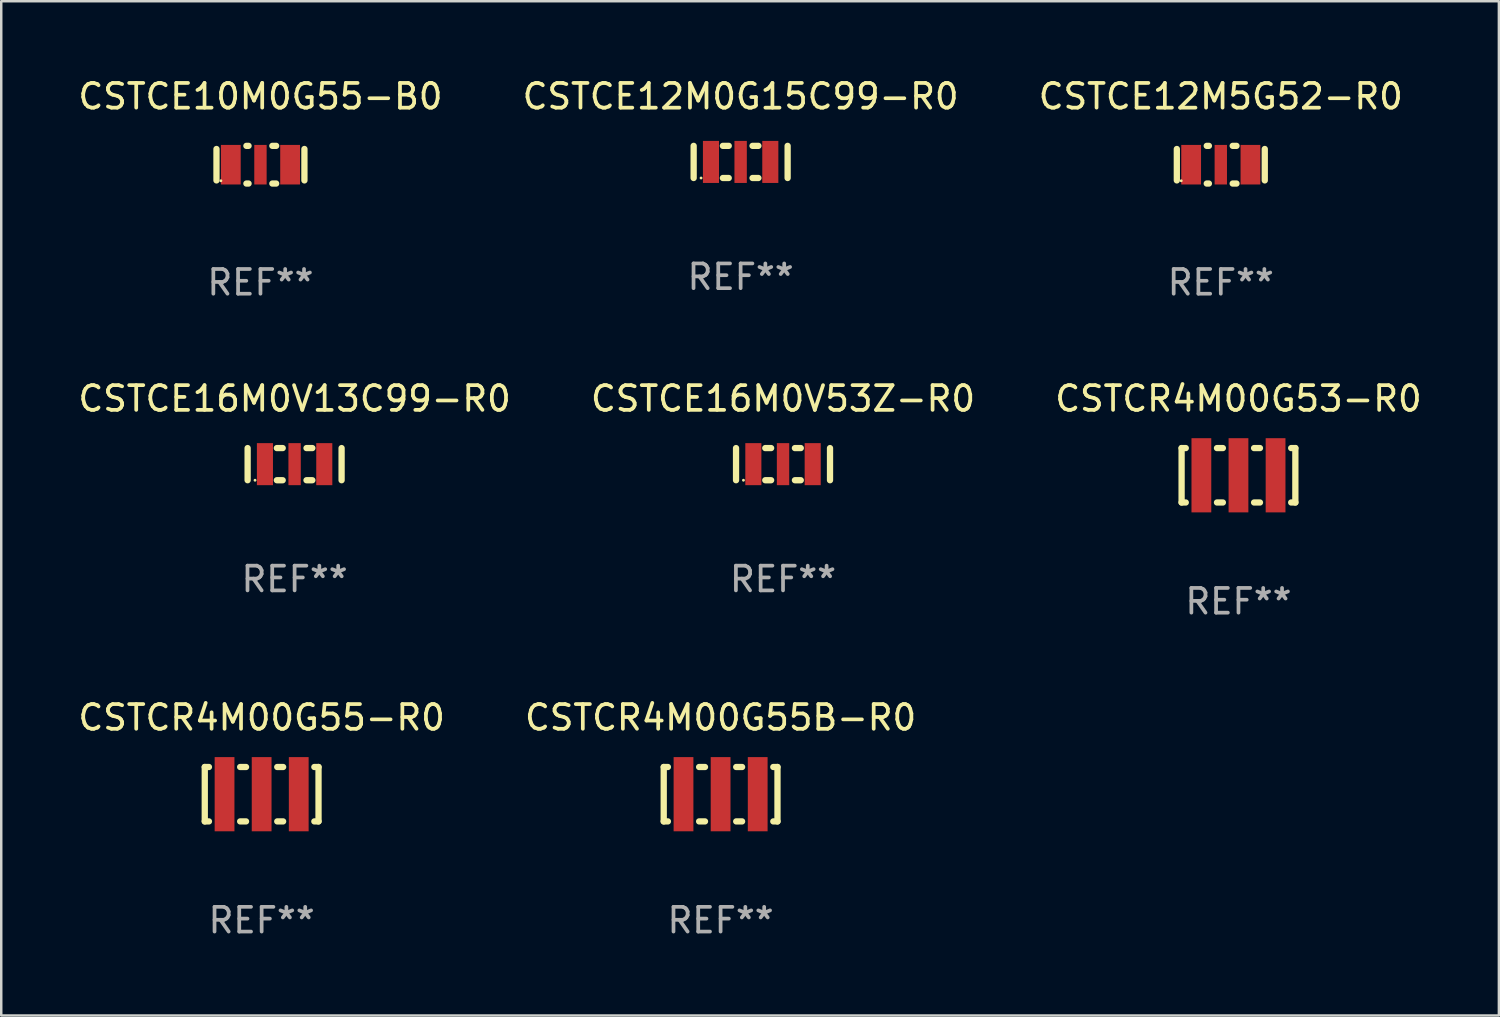
<source format=kicad_pcb>
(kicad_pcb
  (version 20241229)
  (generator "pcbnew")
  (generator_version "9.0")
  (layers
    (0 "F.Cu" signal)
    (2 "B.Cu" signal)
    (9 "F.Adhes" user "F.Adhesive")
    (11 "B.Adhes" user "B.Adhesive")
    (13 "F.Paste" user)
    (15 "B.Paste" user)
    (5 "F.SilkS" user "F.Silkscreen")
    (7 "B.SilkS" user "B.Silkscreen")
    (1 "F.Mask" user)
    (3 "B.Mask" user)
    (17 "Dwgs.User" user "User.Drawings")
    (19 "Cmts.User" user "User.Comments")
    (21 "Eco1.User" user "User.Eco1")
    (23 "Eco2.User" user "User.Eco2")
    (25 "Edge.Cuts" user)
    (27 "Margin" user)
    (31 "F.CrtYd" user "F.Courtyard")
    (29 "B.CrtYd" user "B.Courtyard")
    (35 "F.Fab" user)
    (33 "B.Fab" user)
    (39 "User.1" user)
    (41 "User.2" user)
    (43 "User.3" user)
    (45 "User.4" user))
  (footprint "CSTCE16M0V13C99-R0"
    (layer "F.Cu")
    (at 8.863 15.719)
    (property "Reference" "CSTCE16M0V13C99-R0" (at 0 -2.65 0) (layer "F.SilkS") (effects (font (size 1 1) (thickness 0.15))))
    (attr through_hole)
    (fp_line (start -1.9 -0.65) (end -1.9 0.65) (stroke (width 0.254) (type solid)) (layer "F.SilkS"))
    (fp_line (start -0.718 -0.65) (end -0.481 -0.65) (stroke (width 0.254) (type solid)) (layer "F.SilkS"))
    (fp_line (start -0.718 0.65) (end -0.481 0.65) (stroke (width 0.254) (type solid)) (layer "F.SilkS"))
    (fp_line (start 0.481 -0.65) (end 0.718 -0.65) (stroke (width 0.254) (type solid)) (layer "F.SilkS"))
    (fp_line (start 0.481 0.65) (end 0.718 0.65) (stroke (width 0.254) (type solid)) (layer "F.SilkS"))
    (fp_line (start 1.9 0.65) (end 1.9 -0.65) (stroke (width 0.254) (type solid)) (layer "F.SilkS"))
    (fp_circle (center -1.6 0.65) (end -1.57 0.65) (stroke (width 0.06) (type solid)) (fill no) (layer "F.SilkS"))
    (fp_text user "REF**" (at 0 4.65 0) (layer "F.Fab") (effects (font (size 1 1) (thickness 0.15))))
    (pad "1" smd rect (at -1.2 0) (size 0.65 1.7) (layers "F.Cu" "F.Mask" "F.Paste"))
    (pad "2" smd rect (at 0 0) (size 0.5 1.7) (layers "F.Cu" "F.Mask" "F.Paste"))
    (pad "3" smd rect (at 1.2 0) (size 0.65 1.7) (layers "F.Cu" "F.Mask" "F.Paste")))
  (footprint "CSTCE16M0V53Z-R0"
    (layer "F.Cu")
    (at 28.613 15.719)
    (property "Reference" "CSTCE16M0V53Z-R0" (at 0 -2.65 0) (layer "F.SilkS") (effects (font (size 1 1) (thickness 0.15))))
    (attr through_hole)
    (fp_line (start -1.9 -0.65) (end -1.9 0.65) (stroke (width 0.254) (type solid)) (layer "F.SilkS"))
    (fp_line (start -0.718 -0.65) (end -0.481 -0.65) (stroke (width 0.254) (type solid)) (layer "F.SilkS"))
    (fp_line (start -0.718 0.65) (end -0.481 0.65) (stroke (width 0.254) (type solid)) (layer "F.SilkS"))
    (fp_line (start 0.481 -0.65) (end 0.718 -0.65) (stroke (width 0.254) (type solid)) (layer "F.SilkS"))
    (fp_line (start 0.481 0.65) (end 0.718 0.65) (stroke (width 0.254) (type solid)) (layer "F.SilkS"))
    (fp_line (start 1.9 0.65) (end 1.9 -0.65) (stroke (width 0.254) (type solid)) (layer "F.SilkS"))
    (fp_circle (center -1.6 0.65) (end -1.57 0.65) (stroke (width 0.06) (type solid)) (fill no) (layer "F.SilkS"))
    (fp_text user "REF**" (at 0 4.65 0) (layer "F.Fab") (effects (font (size 1 1) (thickness 0.15))))
    (pad "1" smd rect (at -1.2 0) (size 0.65 1.7) (layers "F.Cu" "F.Mask" "F.Paste"))
    (pad "2" smd rect (at 0 0) (size 0.5 1.7) (layers "F.Cu" "F.Mask" "F.Paste"))
    (pad "3" smd rect (at 1.2 0) (size 0.65 1.7) (layers "F.Cu" "F.Mask" "F.Paste")))
  (footprint "CSTCR4M00G55-R0"
    (layer "F.Cu")
    (at 7.53 29.065)
    (property "Reference" "CSTCR4M00G55-R0" (at 0 -3.1 0) (layer "F.SilkS") (effects (font (size 1 1) (thickness 0.15))))
    (attr through_hole)
    (fp_line (start -2.3 -1.1) (end -2.3 1.1) (stroke (width 0.254) (type solid)) (layer "F.SilkS"))
    (fp_line (start -2.3 -1.1) (end -2.131 -1.1) (stroke (width 0.254) (type solid)) (layer "F.SilkS"))
    (fp_line (start -2.3 1.1) (end -2.131 1.1) (stroke (width 0.254) (type solid)) (layer "F.SilkS"))
    (fp_line (start -0.869 -1.1) (end -0.631 -1.1) (stroke (width 0.254) (type solid)) (layer "F.SilkS"))
    (fp_line (start -0.869 1.1) (end -0.631 1.1) (stroke (width 0.254) (type solid)) (layer "F.SilkS"))
    (fp_line (start 0.631 -1.1) (end 0.869 -1.1) (stroke (width 0.254) (type solid)) (layer "F.SilkS"))
    (fp_line (start 0.631 1.1) (end 0.869 1.1) (stroke (width 0.254) (type solid)) (layer "F.SilkS"))
    (fp_line (start 2.131 -1.1) (end 2.3 -1.1) (stroke (width 0.254) (type solid)) (layer "F.SilkS"))
    (fp_line (start 2.131 1.1) (end 2.3 1.1) (stroke (width 0.254) (type solid)) (layer "F.SilkS"))
    (fp_line (start 2.3 -1.1) (end 2.3 1.1) (stroke (width 0.254) (type solid)) (layer "F.SilkS"))
    (fp_circle (center -2.25 1) (end -2.22 1) (stroke (width 0.06) (type solid)) (fill no) (layer "F.SilkS"))
    (fp_text user "REF**" (at 0 5.1 0) (layer "F.Fab") (effects (font (size 1 1) (thickness 0.15))))
    (pad "1" smd rect (at -1.5 0.000013 90) (size 3 0.8) (layers "F.Cu" "F.Mask" "F.Paste"))
    (pad "2" smd rect (at -0.000013 0.000013 90) (size 3 0.8) (layers "F.Cu" "F.Mask" "F.Paste"))
    (pad "3" smd rect (at 1.5 0.000013 90) (size 3 0.8) (layers "F.Cu" "F.Mask" "F.Paste")))
  (footprint "CSTCR4M00G53-R0"
    (layer "F.Cu")
    (at 47.03 16.169)
    (property "Reference" "CSTCR4M00G53-R0" (at 0 -3.1 0) (layer "F.SilkS") (effects (font (size 1 1) (thickness 0.15))))
    (attr through_hole)
    (fp_line (start -2.3 -1.1) (end -2.3 1.1) (stroke (width 0.254) (type solid)) (layer "F.SilkS"))
    (fp_line (start -2.3 -1.1) (end -2.131 -1.1) (stroke (width 0.254) (type solid)) (layer "F.SilkS"))
    (fp_line (start -2.3 1.1) (end -2.131 1.1) (stroke (width 0.254) (type solid)) (layer "F.SilkS"))
    (fp_line (start -0.869 -1.1) (end -0.631 -1.1) (stroke (width 0.254) (type solid)) (layer "F.SilkS"))
    (fp_line (start -0.869 1.1) (end -0.631 1.1) (stroke (width 0.254) (type solid)) (layer "F.SilkS"))
    (fp_line (start 0.631 -1.1) (end 0.869 -1.1) (stroke (width 0.254) (type solid)) (layer "F.SilkS"))
    (fp_line (start 0.631 1.1) (end 0.869 1.1) (stroke (width 0.254) (type solid)) (layer "F.SilkS"))
    (fp_line (start 2.131 -1.1) (end 2.3 -1.1) (stroke (width 0.254) (type solid)) (layer "F.SilkS"))
    (fp_line (start 2.131 1.1) (end 2.3 1.1) (stroke (width 0.254) (type solid)) (layer "F.SilkS"))
    (fp_line (start 2.3 -1.1) (end 2.3 1.1) (stroke (width 0.254) (type solid)) (layer "F.SilkS"))
    (fp_circle (center -2.25 1) (end -2.22 1) (stroke (width 0.06) (type solid)) (fill no) (layer "F.SilkS"))
    (fp_text user "REF**" (at 0 5.1 0) (layer "F.Fab") (effects (font (size 1 1) (thickness 0.15))))
    (pad "1" smd rect (at -1.5 0.000013 90) (size 3 0.8) (layers "F.Cu" "F.Mask" "F.Paste"))
    (pad "2" smd rect (at -0.000013 0.000013 90) (size 3 0.8) (layers "F.Cu" "F.Mask" "F.Paste"))
    (pad "3" smd rect (at 1.5 0.000013 90) (size 3 0.8) (layers "F.Cu" "F.Mask" "F.Paste")))
  (footprint "CSTCR4M00G55B-R0"
    (layer "F.Cu")
    (at 26.089 29.065)
    (property "Reference" "CSTCR4M00G55B-R0" (at 0 -3.1 0) (layer "F.SilkS") (effects (font (size 1 1) (thickness 0.15))))
    (attr through_hole)
    (fp_line (start -2.3 -1.1) (end -2.3 1.1) (stroke (width 0.254) (type solid)) (layer "F.SilkS"))
    (fp_line (start -2.3 -1.1) (end -2.131 -1.1) (stroke (width 0.254) (type solid)) (layer "F.SilkS"))
    (fp_line (start -2.3 1.1) (end -2.131 1.1) (stroke (width 0.254) (type solid)) (layer "F.SilkS"))
    (fp_line (start -0.869 -1.1) (end -0.631 -1.1) (stroke (width 0.254) (type solid)) (layer "F.SilkS"))
    (fp_line (start -0.869 1.1) (end -0.631 1.1) (stroke (width 0.254) (type solid)) (layer "F.SilkS"))
    (fp_line (start 0.631 -1.1) (end 0.869 -1.1) (stroke (width 0.254) (type solid)) (layer "F.SilkS"))
    (fp_line (start 0.631 1.1) (end 0.869 1.1) (stroke (width 0.254) (type solid)) (layer "F.SilkS"))
    (fp_line (start 2.131 -1.1) (end 2.3 -1.1) (stroke (width 0.254) (type solid)) (layer "F.SilkS"))
    (fp_line (start 2.131 1.1) (end 2.3 1.1) (stroke (width 0.254) (type solid)) (layer "F.SilkS"))
    (fp_line (start 2.3 -1.1) (end 2.3 1.1) (stroke (width 0.254) (type solid)) (layer "F.SilkS"))
    (fp_circle (center -2.25 1) (end -2.22 1) (stroke (width 0.06) (type solid)) (fill no) (layer "F.SilkS"))
    (fp_text user "REF**" (at 0 5.1 0) (layer "F.Fab") (effects (font (size 1 1) (thickness 0.15))))
    (pad "1" smd rect (at -1.5 0.000013 90) (size 3 0.8) (layers "F.Cu" "F.Mask" "F.Paste"))
    (pad "2" smd rect (at -0.000013 0.000013 90) (size 3 0.8) (layers "F.Cu" "F.Mask" "F.Paste"))
    (pad "3" smd rect (at 1.5 0.000013 90) (size 3 0.8) (layers "F.Cu" "F.Mask" "F.Paste")))
  (footprint "CSTCE12M5G52-R0"
    (layer "F.Cu")
    (at 46.315 3.61)
    (property "Reference" "CSTCE12M5G52-R0" (at 0 -2.762 0) (layer "F.SilkS") (effects (font (size 1 1) (thickness 0.15))))
    (attr through_hole)
    (fp_line (start -1.778 0.635) (end -1.778 -0.635) (stroke (width 0.254) (type solid)) (layer "F.SilkS"))
    (fp_line (start -0.568 -0.762) (end -0.481 -0.762) (stroke (width 0.254) (type solid)) (layer "F.SilkS"))
    (fp_line (start -0.568 0.762) (end -0.481 0.762) (stroke (width 0.254) (type solid)) (layer "F.SilkS"))
    (fp_line (start 0.481 -0.762) (end 0.635 -0.762) (stroke (width 0.254) (type solid)) (layer "F.SilkS"))
    (fp_line (start 0.481 0.762) (end 0.635 0.762) (stroke (width 0.254) (type solid)) (layer "F.SilkS"))
    (fp_line (start 1.778 -0.635) (end 1.778 0.635) (stroke (width 0.254) (type solid)) (layer "F.SilkS"))
    (fp_circle (center -1.6 0.65) (end -1.57 0.65) (stroke (width 0.06) (type solid)) (fill no) (layer "F.SilkS"))
    (fp_text user "REF**" (at 0 4.762 0) (layer "F.Fab") (effects (font (size 1 1) (thickness 0.15))))
    (pad "1" smd rect (at -1.199 0 90) (size 1.6 0.8) (layers "F.Cu" "F.Mask" "F.Paste"))
    (pad "2" smd rect (at 0 0 90) (size 1.6 0.5) (layers "F.Cu" "F.Mask" "F.Paste"))
    (pad "3" smd rect (at 1.199 0 90) (size 1.6 0.8) (layers "F.Cu" "F.Mask" "F.Paste")))
  (footprint "CSTCE10M0G55-B0"
    (layer "F.Cu")
    (at 7.482 3.61)
    (property "Reference" "CSTCE10M0G55-B0" (at 0 -2.762 0) (layer "F.SilkS") (effects (font (size 1 1) (thickness 0.15))))
    (attr through_hole)
    (fp_line (start -1.778 0.635) (end -1.778 -0.635) (stroke (width 0.254) (type solid)) (layer "F.SilkS"))
    (fp_line (start -0.568 -0.762) (end -0.481 -0.762) (stroke (width 0.254) (type solid)) (layer "F.SilkS"))
    (fp_line (start -0.568 0.762) (end -0.481 0.762) (stroke (width 0.254) (type solid)) (layer "F.SilkS"))
    (fp_line (start 0.481 -0.762) (end 0.635 -0.762) (stroke (width 0.254) (type solid)) (layer "F.SilkS"))
    (fp_line (start 0.481 0.762) (end 0.635 0.762) (stroke (width 0.254) (type solid)) (layer "F.SilkS"))
    (fp_line (start 1.778 -0.635) (end 1.778 0.635) (stroke (width 0.254) (type solid)) (layer "F.SilkS"))
    (fp_circle (center -1.6 0.65) (end -1.57 0.65) (stroke (width 0.06) (type solid)) (fill no) (layer "F.SilkS"))
    (fp_text user "REF**" (at 0 4.762 0) (layer "F.Fab") (effects (font (size 1 1) (thickness 0.15))))
    (pad "1" smd rect (at -1.199 0 90) (size 1.6 0.8) (layers "F.Cu" "F.Mask" "F.Paste"))
    (pad "2" smd rect (at 0 0 90) (size 1.6 0.5) (layers "F.Cu" "F.Mask" "F.Paste"))
    (pad "3" smd rect (at 1.199 0 90) (size 1.6 0.8) (layers "F.Cu" "F.Mask" "F.Paste")))
  (footprint "CSTCE12M0G15C99-R0"
    (layer "F.Cu")
    (at 26.899 3.498)
    (property "Reference" "CSTCE12M0G15C99-R0" (at 0 -2.65 0) (layer "F.SilkS") (effects (font (size 1 1) (thickness 0.15))))
    (attr through_hole)
    (fp_line (start -1.9 -0.65) (end -1.9 0.65) (stroke (width 0.254) (type solid)) (layer "F.SilkS"))
    (fp_line (start -0.718 -0.65) (end -0.481 -0.65) (stroke (width 0.254) (type solid)) (layer "F.SilkS"))
    (fp_line (start -0.718 0.65) (end -0.481 0.65) (stroke (width 0.254) (type solid)) (layer "F.SilkS"))
    (fp_line (start 0.481 -0.65) (end 0.718 -0.65) (stroke (width 0.254) (type solid)) (layer "F.SilkS"))
    (fp_line (start 0.481 0.65) (end 0.718 0.65) (stroke (width 0.254) (type solid)) (layer "F.SilkS"))
    (fp_line (start 1.9 0.65) (end 1.9 -0.65) (stroke (width 0.254) (type solid)) (layer "F.SilkS"))
    (fp_circle (center -1.6 0.65) (end -1.57 0.65) (stroke (width 0.06) (type solid)) (fill no) (layer "F.SilkS"))
    (fp_text user "REF**" (at 0 4.65 0) (layer "F.Fab") (effects (font (size 1 1) (thickness 0.15))))
    (pad "1" smd rect (at -1.2 0) (size 0.65 1.7) (layers "F.Cu" "F.Mask" "F.Paste"))
    (pad "2" smd rect (at 0 0) (size 0.5 1.7) (layers "F.Cu" "F.Mask" "F.Paste"))
    (pad "3" smd rect (at 1.2 0) (size 0.65 1.7) (layers "F.Cu" "F.Mask" "F.Paste")))
  (gr_rect
    (start -3 -3)
    (end 57.56 38.014)
    (stroke (width 0.1) (type default))
    (fill no)
    (layer "Edge.Cuts")))
</source>
